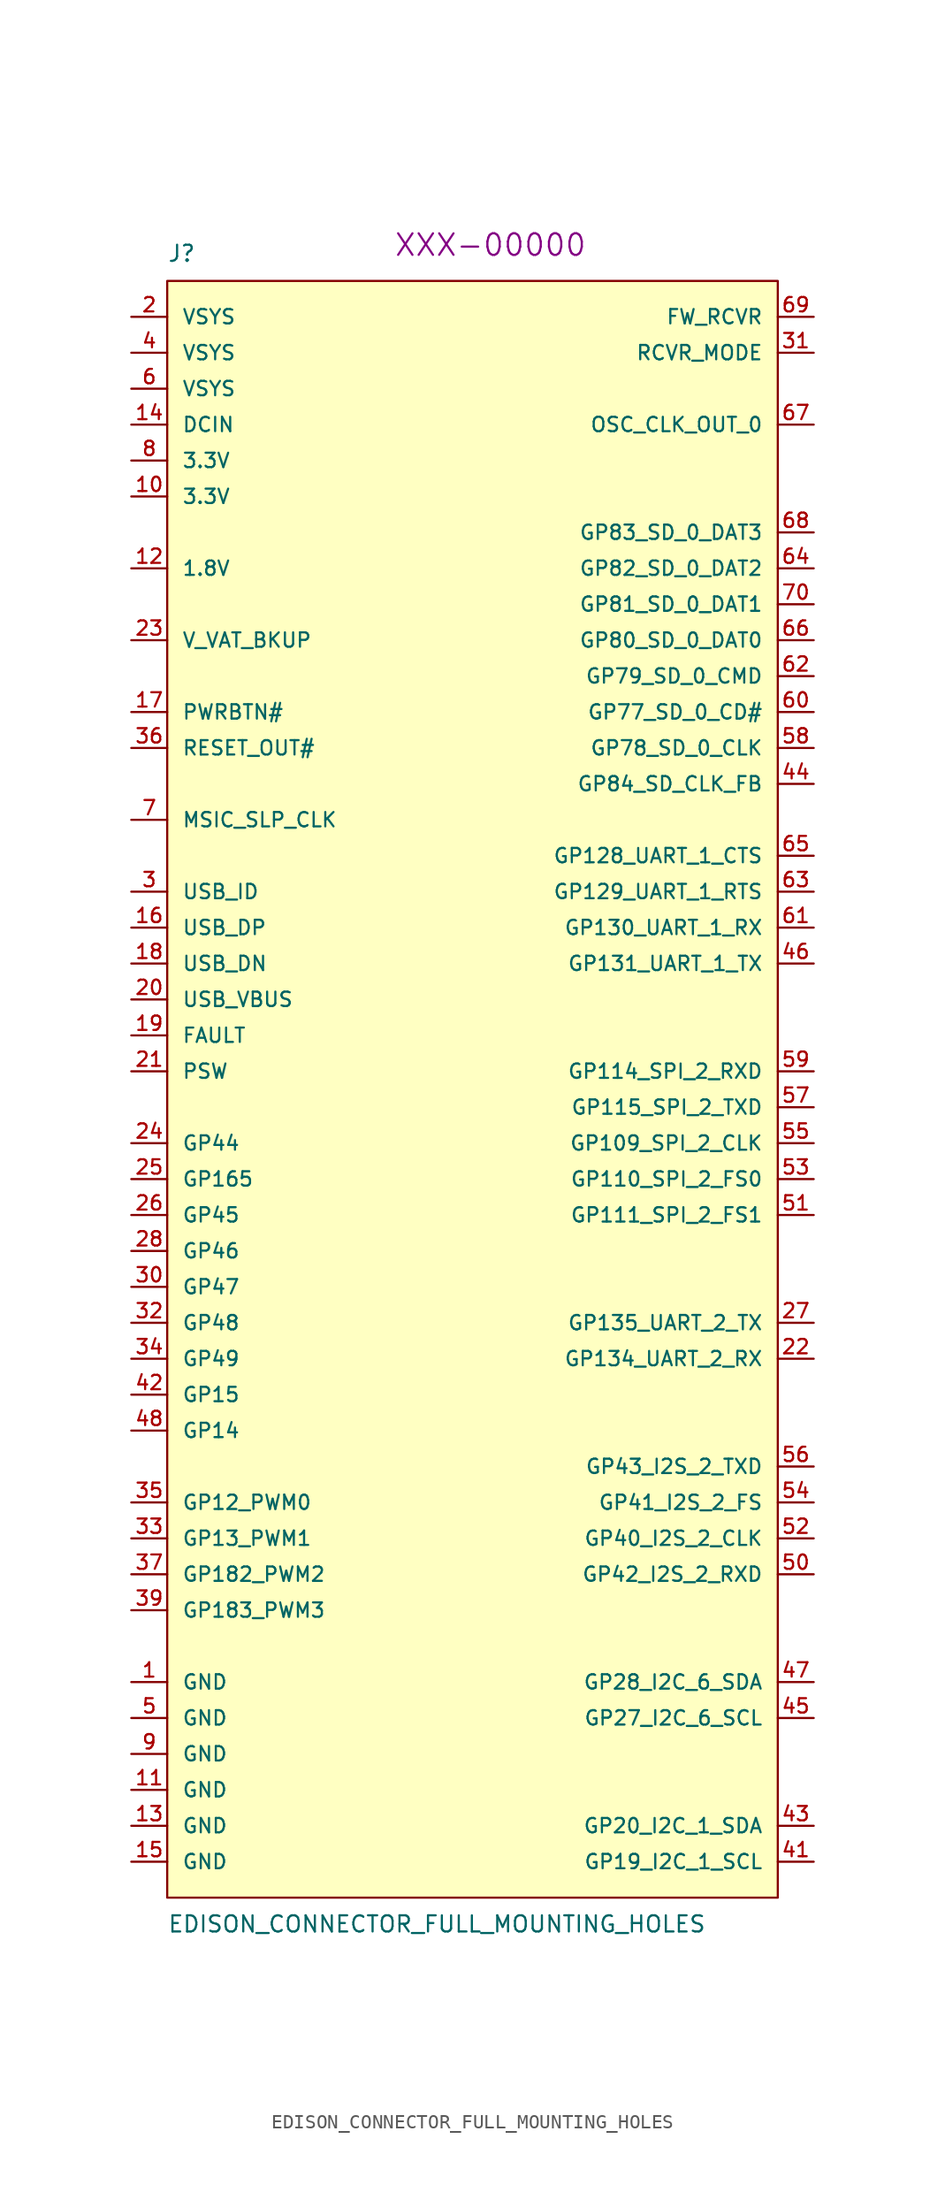
<source format=kicad_sym>
(kicad_symbol_lib
  (version 20220914)
  (generator kicad_symbol_editor)
  (symbol "EDISON_CONNECTOR_FULL_MOUNTING_HOLES"
    (pin_names
      (offset 1.016))
    (property "Reference" "J"
      (at -21.59 58.42 0)
      (effects (font (size 1.143 1.143)) (justify left bottom)))
    (property "Value" "EDISON_CONNECTOR_FULL_MOUNTING_HOLES"
      (at -21.59 -59.69 0)
      (effects (font (size 1.143 1.143)) (justify left bottom)))
    (property "Field4" "XXX-00000"
      (at 1.27 59.69 0)
      (effects (font (size 1.524 1.524))))
    (property "ki_locked" ""
      (at 0 0 0)
      (effects (font (size 1.27 1.27))))
    (symbol "EDISON_CONNECTOR_FULL_MOUNTING_HOLES_1_1"
      (polyline (pts (xy -21.59 57.15) (xy 21.59 57.15) (xy 21.59 -57.15) (xy -21.59 -57.15) (xy -21.59 57.15)) (stroke (width 0) (type solid)) (fill (type background)))
      (pin bidirectional line (at -24.13 -41.91 0) (length 2.54) (name "GND" (effects (font (size 1.016 1.016)))) (number "1" (effects (font (size 1.016 1.016)))))
      (pin bidirectional line (at -24.13 41.91 0) (length 2.54) (name "3.3V" (effects (font (size 1.016 1.016)))) (number "10" (effects (font (size 1.016 1.016)))))
      (pin bidirectional line (at -24.13 -49.53 0) (length 2.54) (name "GND" (effects (font (size 1.016 1.016)))) (number "11" (effects (font (size 1.016 1.016)))))
      (pin bidirectional line (at -24.13 36.83 0) (length 2.54) (name "1.8V" (effects (font (size 1.016 1.016)))) (number "12" (effects (font (size 1.016 1.016)))))
      (pin bidirectional line (at -24.13 -52.07 0) (length 2.54) (name "GND" (effects (font (size 1.016 1.016)))) (number "13" (effects (font (size 1.016 1.016)))))
      (pin bidirectional line (at -24.13 46.99 0) (length 2.54) (name "DCIN" (effects (font (size 1.016 1.016)))) (number "14" (effects (font (size 1.016 1.016)))))
      (pin bidirectional line (at -24.13 -54.61 0) (length 2.54) (name "GND" (effects (font (size 1.016 1.016)))) (number "15" (effects (font (size 1.016 1.016)))))
      (pin bidirectional line (at -24.13 11.43 0) (length 2.54) (name "USB_DP" (effects (font (size 1.016 1.016)))) (number "16" (effects (font (size 1.016 1.016)))))
      (pin bidirectional line (at -24.13 26.67 0) (length 2.54) (name "PWRBTN#" (effects (font (size 1.016 1.016)))) (number "17" (effects (font (size 1.016 1.016)))))
      (pin bidirectional line (at -24.13 8.89 0) (length 2.54) (name "USB_DN" (effects (font (size 1.016 1.016)))) (number "18" (effects (font (size 1.016 1.016)))))
      (pin bidirectional line (at -24.13 3.81 0) (length 2.54) (name "FAULT" (effects (font (size 1.016 1.016)))) (number "19" (effects (font (size 1.016 1.016)))))
      (pin bidirectional line (at -24.13 54.61 0) (length 2.54) (name "VSYS" (effects (font (size 1.016 1.016)))) (number "2" (effects (font (size 1.016 1.016)))))
      (pin bidirectional line (at -24.13 6.35 0) (length 2.54) (name "USB_VBUS" (effects (font (size 1.016 1.016)))) (number "20" (effects (font (size 1.016 1.016)))))
      (pin bidirectional line (at -24.13 1.27 0) (length 2.54) (name "PSW" (effects (font (size 1.016 1.016)))) (number "21" (effects (font (size 1.016 1.016)))))
      (pin bidirectional line (at 24.13 -19.05 180) (length 2.54) (name "GP134_UART_2_RX" (effects (font (size 1.016 1.016)))) (number "22" (effects (font (size 1.016 1.016)))))
      (pin bidirectional line (at -24.13 31.75 0) (length 2.54) (name "V_VAT_BKUP" (effects (font (size 1.016 1.016)))) (number "23" (effects (font (size 1.016 1.016)))))
      (pin bidirectional line (at -24.13 -3.81 0) (length 2.54) (name "GP44" (effects (font (size 1.016 1.016)))) (number "24" (effects (font (size 1.016 1.016)))))
      (pin bidirectional line (at -24.13 -6.35 0) (length 2.54) (name "GP165" (effects (font (size 1.016 1.016)))) (number "25" (effects (font (size 1.016 1.016)))))
      (pin bidirectional line (at -24.13 -8.89 0) (length 2.54) (name "GP45" (effects (font (size 1.016 1.016)))) (number "26" (effects (font (size 1.016 1.016)))))
      (pin bidirectional line (at 24.13 -16.51 180) (length 2.54) (name "GP135_UART_2_TX" (effects (font (size 1.016 1.016)))) (number "27" (effects (font (size 1.016 1.016)))))
      (pin bidirectional line (at -24.13 -11.43 0) (length 2.54) (name "GP46" (effects (font (size 1.016 1.016)))) (number "28" (effects (font (size 1.016 1.016)))))
      (pin bidirectional line (at -24.13 13.97 0) (length 2.54) (name "USB_ID" (effects (font (size 1.016 1.016)))) (number "3" (effects (font (size 1.016 1.016)))))
      (pin bidirectional line (at -24.13 -13.97 0) (length 2.54) (name "GP47" (effects (font (size 1.016 1.016)))) (number "30" (effects (font (size 1.016 1.016)))))
      (pin bidirectional line (at 24.13 52.07 180) (length 2.54) (name "RCVR_MODE" (effects (font (size 1.016 1.016)))) (number "31" (effects (font (size 1.016 1.016)))))
      (pin bidirectional line (at -24.13 -16.51 0) (length 2.54) (name "GP48" (effects (font (size 1.016 1.016)))) (number "32" (effects (font (size 1.016 1.016)))))
      (pin bidirectional line (at -24.13 -31.75 0) (length 2.54) (name "GP13_PWM1" (effects (font (size 1.016 1.016)))) (number "33" (effects (font (size 1.016 1.016)))))
      (pin bidirectional line (at -24.13 -19.05 0) (length 2.54) (name "GP49" (effects (font (size 1.016 1.016)))) (number "34" (effects (font (size 1.016 1.016)))))
      (pin bidirectional line (at -24.13 -29.21 0) (length 2.54) (name "GP12_PWM0" (effects (font (size 1.016 1.016)))) (number "35" (effects (font (size 1.016 1.016)))))
      (pin bidirectional line (at -24.13 24.13 0) (length 2.54) (name "RESET_OUT#" (effects (font (size 1.016 1.016)))) (number "36" (effects (font (size 1.016 1.016)))))
      (pin bidirectional line (at -24.13 -34.29 0) (length 2.54) (name "GP182_PWM2" (effects (font (size 1.016 1.016)))) (number "37" (effects (font (size 1.016 1.016)))))
      (pin bidirectional line (at -24.13 -36.83 0) (length 2.54) (name "GP183_PWM3" (effects (font (size 1.016 1.016)))) (number "39" (effects (font (size 1.016 1.016)))))
      (pin bidirectional line (at -24.13 52.07 0) (length 2.54) (name "VSYS" (effects (font (size 1.016 1.016)))) (number "4" (effects (font (size 1.016 1.016)))))
      (pin bidirectional line (at 24.13 -54.61 180) (length 2.54) (name "GP19_I2C_1_SCL" (effects (font (size 1.016 1.016)))) (number "41" (effects (font (size 1.016 1.016)))))
      (pin bidirectional line (at -24.13 -21.59 0) (length 2.54) (name "GP15" (effects (font (size 1.016 1.016)))) (number "42" (effects (font (size 1.016 1.016)))))
      (pin bidirectional line (at 24.13 -52.07 180) (length 2.54) (name "GP20_I2C_1_SDA" (effects (font (size 1.016 1.016)))) (number "43" (effects (font (size 1.016 1.016)))))
      (pin bidirectional line (at 24.13 21.59 180) (length 2.54) (name "GP84_SD_CLK_FB" (effects (font (size 1.016 1.016)))) (number "44" (effects (font (size 1.016 1.016)))))
      (pin bidirectional line (at 24.13 -44.45 180) (length 2.54) (name "GP27_I2C_6_SCL" (effects (font (size 1.016 1.016)))) (number "45" (effects (font (size 1.016 1.016)))))
      (pin bidirectional line (at 24.13 8.89 180) (length 2.54) (name "GP131_UART_1_TX" (effects (font (size 1.016 1.016)))) (number "46" (effects (font (size 1.016 1.016)))))
      (pin bidirectional line (at 24.13 -41.91 180) (length 2.54) (name "GP28_I2C_6_SDA" (effects (font (size 1.016 1.016)))) (number "47" (effects (font (size 1.016 1.016)))))
      (pin bidirectional line (at -24.13 -24.13 0) (length 2.54) (name "GP14" (effects (font (size 1.016 1.016)))) (number "48" (effects (font (size 1.016 1.016)))))
      (pin bidirectional line (at -24.13 -44.45 0) (length 2.54) (name "GND" (effects (font (size 1.016 1.016)))) (number "5" (effects (font (size 1.016 1.016)))))
      (pin bidirectional line (at 24.13 -34.29 180) (length 2.54) (name "GP42_I2S_2_RXD" (effects (font (size 1.016 1.016)))) (number "50" (effects (font (size 1.016 1.016)))))
      (pin bidirectional line (at 24.13 -8.89 180) (length 2.54) (name "GP111_SPI_2_FS1" (effects (font (size 1.016 1.016)))) (number "51" (effects (font (size 1.016 1.016)))))
      (pin bidirectional line (at 24.13 -31.75 180) (length 2.54) (name "GP40_I2S_2_CLK" (effects (font (size 1.016 1.016)))) (number "52" (effects (font (size 1.016 1.016)))))
      (pin bidirectional line (at 24.13 -6.35 180) (length 2.54) (name "GP110_SPI_2_FS0" (effects (font (size 1.016 1.016)))) (number "53" (effects (font (size 1.016 1.016)))))
      (pin bidirectional line (at 24.13 -29.21 180) (length 2.54) (name "GP41_I2S_2_FS" (effects (font (size 1.016 1.016)))) (number "54" (effects (font (size 1.016 1.016)))))
      (pin bidirectional line (at 24.13 -3.81 180) (length 2.54) (name "GP109_SPI_2_CLK" (effects (font (size 1.016 1.016)))) (number "55" (effects (font (size 1.016 1.016)))))
      (pin bidirectional line (at 24.13 -26.67 180) (length 2.54) (name "GP43_I2S_2_TXD" (effects (font (size 1.016 1.016)))) (number "56" (effects (font (size 1.016 1.016)))))
      (pin bidirectional line (at 24.13 -1.27 180) (length 2.54) (name "GP115_SPI_2_TXD" (effects (font (size 1.016 1.016)))) (number "57" (effects (font (size 1.016 1.016)))))
      (pin bidirectional line (at 24.13 24.13 180) (length 2.54) (name "GP78_SD_0_CLK" (effects (font (size 1.016 1.016)))) (number "58" (effects (font (size 1.016 1.016)))))
      (pin bidirectional line (at 24.13 1.27 180) (length 2.54) (name "GP114_SPI_2_RXD" (effects (font (size 1.016 1.016)))) (number "59" (effects (font (size 1.016 1.016)))))
      (pin bidirectional line (at -24.13 49.53 0) (length 2.54) (name "VSYS" (effects (font (size 1.016 1.016)))) (number "6" (effects (font (size 1.016 1.016)))))
      (pin bidirectional line (at 24.13 26.67 180) (length 2.54) (name "GP77_SD_0_CD#" (effects (font (size 1.016 1.016)))) (number "60" (effects (font (size 1.016 1.016)))))
      (pin bidirectional line (at 24.13 11.43 180) (length 2.54) (name "GP130_UART_1_RX" (effects (font (size 1.016 1.016)))) (number "61" (effects (font (size 1.016 1.016)))))
      (pin bidirectional line (at 24.13 29.21 180) (length 2.54) (name "GP79_SD_0_CMD" (effects (font (size 1.016 1.016)))) (number "62" (effects (font (size 1.016 1.016)))))
      (pin bidirectional line (at 24.13 13.97 180) (length 2.54) (name "GP129_UART_1_RTS" (effects (font (size 1.016 1.016)))) (number "63" (effects (font (size 1.016 1.016)))))
      (pin bidirectional line (at 24.13 36.83 180) (length 2.54) (name "GP82_SD_0_DAT2" (effects (font (size 1.016 1.016)))) (number "64" (effects (font (size 1.016 1.016)))))
      (pin bidirectional line (at 24.13 16.51 180) (length 2.54) (name "GP128_UART_1_CTS" (effects (font (size 1.016 1.016)))) (number "65" (effects (font (size 1.016 1.016)))))
      (pin bidirectional line (at 24.13 31.75 180) (length 2.54) (name "GP80_SD_0_DAT0" (effects (font (size 1.016 1.016)))) (number "66" (effects (font (size 1.016 1.016)))))
      (pin bidirectional line (at 24.13 46.99 180) (length 2.54) (name "OSC_CLK_OUT_0" (effects (font (size 1.016 1.016)))) (number "67" (effects (font (size 1.016 1.016)))))
      (pin bidirectional line (at 24.13 39.37 180) (length 2.54) (name "GP83_SD_0_DAT3" (effects (font (size 1.016 1.016)))) (number "68" (effects (font (size 1.016 1.016)))))
      (pin bidirectional line (at 24.13 54.61 180) (length 2.54) (name "FW_RCVR" (effects (font (size 1.016 1.016)))) (number "69" (effects (font (size 1.016 1.016)))))
      (pin bidirectional line (at -24.13 19.05 0) (length 2.54) (name "MSIC_SLP_CLK" (effects (font (size 1.016 1.016)))) (number "7" (effects (font (size 1.016 1.016)))))
      (pin bidirectional line (at 24.13 34.29 180) (length 2.54) (name "GP81_SD_0_DAT1" (effects (font (size 1.016 1.016)))) (number "70" (effects (font (size 1.016 1.016)))))
      (pin bidirectional line (at -24.13 44.45 0) (length 2.54) (name "3.3V" (effects (font (size 1.016 1.016)))) (number "8" (effects (font (size 1.016 1.016)))))
      (pin bidirectional line (at -24.13 -46.99 0) (length 2.54) (name "GND" (effects (font (size 1.016 1.016)))) (number "9" (effects (font (size 1.016 1.016))))))))
</source>
